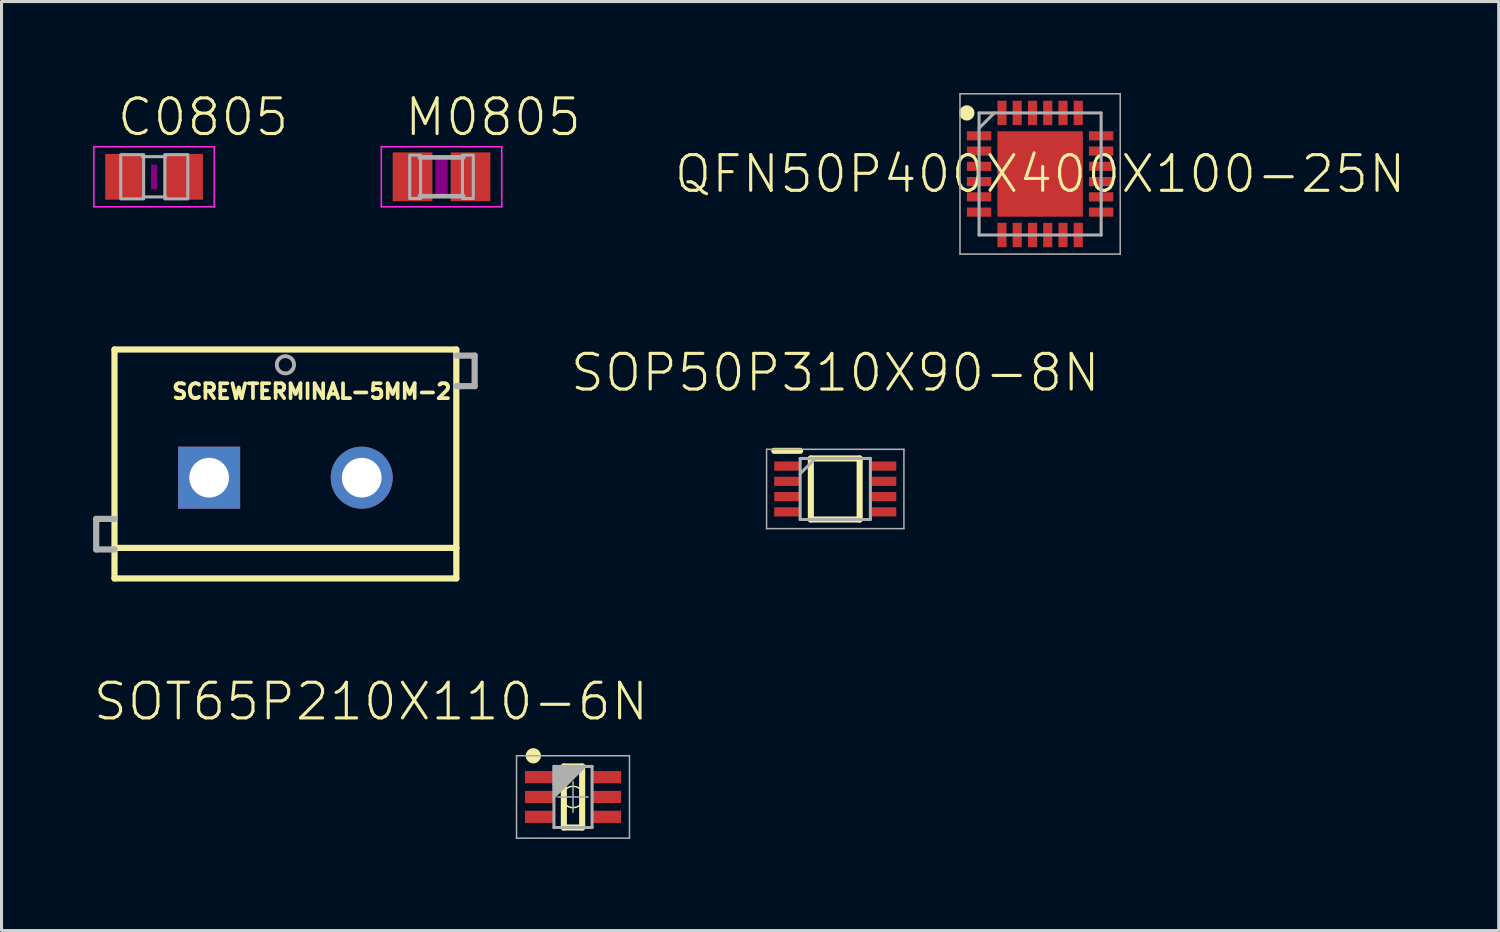
<source format=kicad_pcb>
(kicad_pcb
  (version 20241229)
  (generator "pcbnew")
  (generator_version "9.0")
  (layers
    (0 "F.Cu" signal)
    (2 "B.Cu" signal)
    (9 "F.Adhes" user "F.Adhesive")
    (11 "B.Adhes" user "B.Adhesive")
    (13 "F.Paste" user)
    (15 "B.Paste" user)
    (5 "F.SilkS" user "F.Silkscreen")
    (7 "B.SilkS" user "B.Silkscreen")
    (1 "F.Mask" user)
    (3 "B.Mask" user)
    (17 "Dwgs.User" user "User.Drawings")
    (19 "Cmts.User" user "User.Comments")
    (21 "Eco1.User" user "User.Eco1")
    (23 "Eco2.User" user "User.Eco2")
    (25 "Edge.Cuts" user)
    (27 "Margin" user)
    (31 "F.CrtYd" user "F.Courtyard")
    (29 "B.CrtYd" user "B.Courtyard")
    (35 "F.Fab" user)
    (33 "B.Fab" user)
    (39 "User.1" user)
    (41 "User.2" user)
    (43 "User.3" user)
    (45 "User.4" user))
  (footprint "C0805"
    (layer "F.Cu")
    (at 1.998 2.743)
    (property "Reference" "C0805" (at -1.27 -1.27 0) (layer "F.SilkS") (effects (font (size 1.168 1.168) (thickness 0.102)) (justify left bottom)))
    (fp_poly (pts (xy -0.1 0.4) (xy 0.1 0.4) (xy 0.1 -0.4) (xy -0.1 -0.4)) (stroke (width 0) (type solid)) (fill yes) (layer "F.Adhes"))
    (fp_line (start -1.973 -0.983) (end 1.973 -0.983) (stroke (width 0.051) (type solid)) (layer "F.CrtYd"))
    (fp_line (start -1.973 0.983) (end -1.973 -0.983) (stroke (width 0.051) (type solid)) (layer "F.CrtYd"))
    (fp_line (start 1.973 -0.983) (end 1.973 0.983) (stroke (width 0.051) (type solid)) (layer "F.CrtYd"))
    (fp_line (start 1.973 0.983) (end -1.973 0.983) (stroke (width 0.051) (type solid)) (layer "F.CrtYd"))
    (fp_line (start -0.381 -0.66) (end 0.381 -0.66) (stroke (width 0.102) (type solid)) (layer "F.Fab"))
    (fp_line (start -0.356 0.66) (end 0.381 0.66) (stroke (width 0.102) (type solid)) (layer "F.Fab"))
    (fp_poly (pts (xy -1.092 0.724) (xy -0.342 0.724) (xy -0.342 -0.726) (xy -1.092 -0.726)) (stroke (width 0.1) (type solid)) (fill no) (layer "F.Fab"))
    (fp_poly (pts (xy 0.356 0.724) (xy 1.106 0.724) (xy 1.106 -0.726) (xy 0.356 -0.726)) (stroke (width 0.1) (type solid)) (fill no) (layer "F.Fab"))
    (pad "1" smd rect (at -0.95 0) (size 1.3 1.5) (layers "F.Cu" "F.Mask" "F.Paste"))
    (pad "2" smd rect (at 0.95 0) (size 1.3 1.5) (layers "F.Cu" "F.Mask" "F.Paste")))
  (footprint "SCREWTERMINAL-5MM-2"
    (layer "F.Cu")
    (at 3.802 12.602)
    (property "Reference" "SCREWTERMINAL-5MM-2" (at -1.27 -2.54 0) (layer "F.SilkS") (effects (font (size 0.488 0.488) (thickness 0.122)) (justify left bottom)))
    (fp_line (start -3.1 -4.2) (end 8.1 -4.2) (stroke (width 0.203) (type solid)) (layer "F.SilkS"))
    (fp_line (start -3.1 2.3) (end -3.1 -4.2) (stroke (width 0.203) (type solid)) (layer "F.SilkS"))
    (fp_line (start -3.1 3.3) (end -3.1 2.3) (stroke (width 0.203) (type solid)) (layer "F.SilkS"))
    (fp_line (start 8.1 -4.2) (end 8.1 2.3) (stroke (width 0.203) (type solid)) (layer "F.SilkS"))
    (fp_line (start 8.1 2.3) (end -3.1 2.3) (stroke (width 0.203) (type solid)) (layer "F.SilkS"))
    (fp_line (start 8.1 2.3) (end 8.1 3.3) (stroke (width 0.203) (type solid)) (layer "F.SilkS"))
    (fp_line (start 8.1 3.3) (end -3.1 3.3) (stroke (width 0.203) (type solid)) (layer "F.SilkS"))
    (fp_line (start -3.7 1.35) (end -3.7 2.35) (stroke (width 0.203) (type solid)) (layer "F.Fab"))
    (fp_line (start -3.7 2.35) (end -3.1 2.35) (stroke (width 0.203) (type solid)) (layer "F.Fab"))
    (fp_line (start -3.1 1.35) (end -3.7 1.35) (stroke (width 0.203) (type solid)) (layer "F.Fab"))
    (fp_line (start 8.1 -4) (end 8.7 -4) (stroke (width 0.203) (type solid)) (layer "F.Fab"))
    (fp_line (start 8.7 -4) (end 8.7 -3) (stroke (width 0.203) (type solid)) (layer "F.Fab"))
    (fp_line (start 8.7 -3) (end 8.1 -3) (stroke (width 0.203) (type solid)) (layer "F.Fab"))
    (fp_circle (center 2.5 -3.7) (end 2.783 -3.7) (stroke (width 0.127) (type solid)) (fill no) (layer "F.Fab"))
    (pad "1" thru_hole rect (at 0 0) (size 2.032 2.032) (drill 1.3) (layers "*.Cu" "*.Mask"))
    (pad "2" thru_hole circle (at 5 0) (size 2.032 2.032) (drill 1.3) (layers "*.Cu" "*.Mask")))
  (footprint "SOP50P310X90-8N"
    (layer "F.Cu")
    (at 24.318 12.972)
    (property "Reference" "SOP50P310X90-8N" (at 0 -3.81 0) (layer "F.SilkS") (effects (font (size 1.168 1.168) (thickness 0.102))))
    (fp_line (start -2 -1.25) (end -1.15 -1.25) (stroke (width 0.2) (type solid)) (layer "F.SilkS"))
    (fp_line (start -0.8 -1) (end 0.8 -1) (stroke (width 0.2) (type solid)) (layer "F.SilkS"))
    (fp_line (start -0.8 1) (end -0.8 -1) (stroke (width 0.2) (type solid)) (layer "F.SilkS"))
    (fp_line (start 0.8 -1) (end 0.8 1) (stroke (width 0.2) (type solid)) (layer "F.SilkS"))
    (fp_line (start 0.8 1) (end -0.8 1) (stroke (width 0.2) (type solid)) (layer "F.SilkS"))
    (fp_line (start -2.25 -1.3) (end 2.25 -1.3) (stroke (width 0.05) (type solid)) (layer "F.Fab"))
    (fp_line (start -2.25 1.3) (end -2.25 -1.3) (stroke (width 0.05) (type solid)) (layer "F.Fab"))
    (fp_line (start -1.15 -1) (end 1.15 -1) (stroke (width 0.1) (type solid)) (layer "F.Fab"))
    (fp_line (start -1.15 -0.5) (end -0.65 -1) (stroke (width 0.1) (type solid)) (layer "F.Fab"))
    (fp_line (start -1.15 1) (end -1.15 -1) (stroke (width 0.1) (type solid)) (layer "F.Fab"))
    (fp_line (start 1.15 -1) (end 1.15 1) (stroke (width 0.1) (type solid)) (layer "F.Fab"))
    (fp_line (start 1.15 1) (end -1.15 1) (stroke (width 0.1) (type solid)) (layer "F.Fab"))
    (fp_line (start 2.25 -1.3) (end 2.25 1.3) (stroke (width 0.05) (type solid)) (layer "F.Fab"))
    (fp_line (start 2.25 1.3) (end -2.25 1.3) (stroke (width 0.05) (type solid)) (layer "F.Fab"))
    (pad "1" smd rect (at -1.575 -0.75) (size 0.85 0.3) (layers "F.Cu" "F.Mask" "F.Paste"))
    (pad "2" smd rect (at -1.575 -0.25) (size 0.85 0.3) (layers "F.Cu" "F.Mask" "F.Paste"))
    (pad "3" smd rect (at -1.575 0.25) (size 0.85 0.3) (layers "F.Cu" "F.Mask" "F.Paste"))
    (pad "4" smd rect (at -1.575 0.75) (size 0.85 0.3) (layers "F.Cu" "F.Mask" "F.Paste"))
    (pad "5" smd rect (at 1.575 0.75) (size 0.85 0.3) (layers "F.Cu" "F.Mask" "F.Paste"))
    (pad "6" smd rect (at 1.575 0.25) (size 0.85 0.3) (layers "F.Cu" "F.Mask" "F.Paste"))
    (pad "7" smd rect (at 1.575 -0.25) (size 0.85 0.3) (layers "F.Cu" "F.Mask" "F.Paste"))
    (pad "8" smd rect (at 1.575 -0.75) (size 0.85 0.3) (layers "F.Cu" "F.Mask" "F.Paste")))
  (footprint "M0805"
    (layer "F.Cu")
    (at 11.417 2.743)
    (property "Reference" "M0805" (at -1.27 -1.27 0) (layer "F.SilkS") (effects (font (size 1.168 1.168) (thickness 0.102)) (justify left bottom)))
    (fp_poly (pts (xy -0.2 0.6) (xy 0.2 0.6) (xy 0.2 -0.6) (xy -0.2 -0.6)) (stroke (width 0) (type solid)) (fill yes) (layer "F.Adhes"))
    (fp_line (start -1.973 -0.983) (end 1.973 -0.983) (stroke (width 0.051) (type solid)) (layer "F.CrtYd"))
    (fp_line (start -1.973 0.983) (end -1.973 -0.983) (stroke (width 0.051) (type solid)) (layer "F.CrtYd"))
    (fp_line (start 1.973 -0.983) (end 1.973 0.983) (stroke (width 0.051) (type solid)) (layer "F.CrtYd"))
    (fp_line (start 1.973 0.983) (end -1.973 0.983) (stroke (width 0.051) (type solid)) (layer "F.CrtYd"))
    (fp_line (start 0.711 -0.635) (end -0.711 -0.635) (stroke (width 0.152) (type solid)) (layer "F.Fab"))
    (fp_line (start 0.711 0.635) (end -0.711 0.635) (stroke (width 0.152) (type solid)) (layer "F.Fab"))
    (fp_poly (pts (xy -1.041 0.711) (xy -0.686 0.711) (xy -0.686 -0.711) (xy -1.041 -0.711)) (stroke (width 0.1) (type solid)) (fill no) (layer "F.Fab"))
    (fp_poly (pts (xy 0.686 0.711) (xy 1.041 0.711) (xy 1.041 -0.711) (xy 0.686 -0.711)) (stroke (width 0.1) (type solid)) (fill no) (layer "F.Fab"))
    (pad "1" smd rect (at -0.95 0) (size 1.3 1.6) (layers "F.Cu" "F.Mask" "F.Paste"))
    (pad "2" smd rect (at 0.95 0) (size 1.3 1.6) (layers "F.Cu" "F.Mask" "F.Paste")))
  (footprint "SOT65P210X110-6N"
    (layer "F.Cu")
    (at 15.725 23.064)
    (property "Reference" "SOT65P210X110-6N" (at 2.54 -3.81 0) (layer "F.SilkS") (effects (font (size 1.168 1.168) (thickness 0.102)) (justify right top)))
    (fp_line (start -0.3 -1) (end -0.3 1) (stroke (width 0.2) (type solid)) (layer "F.SilkS"))
    (fp_line (start -0.3 1) (end 0.3 1) (stroke (width 0.2) (type solid)) (layer "F.SilkS"))
    (fp_line (start 0.3 -1) (end -0.3 -1) (stroke (width 0.2) (type solid)) (layer "F.SilkS"))
    (fp_line (start 0.3 1) (end 0.3 -1) (stroke (width 0.2) (type solid)) (layer "F.SilkS"))
    (fp_circle (center -1.3 -1.35) (end -1.175 -1.35) (stroke (width 0.25) (type solid)) (fill no) (layer "F.SilkS"))
    (fp_circle (center 0 0) (end 0.35 0) (stroke (width 0.05) (type solid)) (fill no) (layer "F.SilkS"))
    (fp_line (start -1.85 -1.35) (end -1.85 1.35) (stroke (width 0.05) (type solid)) (layer "F.Fab"))
    (fp_line (start -1.85 1.35) (end 1.85 1.35) (stroke (width 0.05) (type solid)) (layer "F.Fab"))
    (fp_line (start -0.7 -1.075) (end -0.7 1.075) (stroke (width 0.001) (type solid)) (layer "F.Fab"))
    (fp_line (start -0.7 1.075) (end 0.7 1.075) (stroke (width 0.001) (type solid)) (layer "F.Fab"))
    (fp_line (start -0.625 -1) (end -0.625 1) (stroke (width 0.1) (type solid)) (layer "F.Fab"))
    (fp_line (start -0.625 1) (end 0.625 1) (stroke (width 0.1) (type solid)) (layer "F.Fab"))
    (fp_line (start -0.525 -1) (end -0.625 -0.9) (stroke (width 0.1) (type solid)) (layer "F.Fab"))
    (fp_line (start -0.5 0) (end 0.5 0) (stroke (width 0.05) (type solid)) (layer "F.Fab"))
    (fp_line (start -0.425 -1) (end -0.625 -0.8) (stroke (width 0.1) (type solid)) (layer "F.Fab"))
    (fp_line (start -0.325 -1) (end -0.625 -0.7) (stroke (width 0.1) (type solid)) (layer "F.Fab"))
    (fp_line (start -0.225 -1) (end -0.625 -0.6) (stroke (width 0.1) (type solid)) (layer "F.Fab"))
    (fp_line (start -0.125 -1) (end -0.625 -0.5) (stroke (width 0.1) (type solid)) (layer "F.Fab"))
    (fp_line (start -0.025 -1) (end -0.625 -0.4) (stroke (width 0.1) (type solid)) (layer "F.Fab"))
    (fp_line (start 0 0.5) (end 0 -0.5) (stroke (width 0.05) (type solid)) (layer "F.Fab"))
    (fp_line (start 0.075 -1) (end -0.625 -0.3) (stroke (width 0.1) (type solid)) (layer "F.Fab"))
    (fp_line (start 0.175 -1) (end -0.625 -0.2) (stroke (width 0.1) (type solid)) (layer "F.Fab"))
    (fp_line (start 0.275 -1) (end -0.625 -0.1) (stroke (width 0.1) (type solid)) (layer "F.Fab"))
    (fp_line (start 0.375 -1) (end -0.625 0) (stroke (width 0.1) (type solid)) (layer "F.Fab"))
    (fp_line (start 0.625 -1) (end -0.625 -1) (stroke (width 0.1) (type solid)) (layer "F.Fab"))
    (fp_line (start 0.625 1) (end 0.625 -1) (stroke (width 0.1) (type solid)) (layer "F.Fab"))
    (fp_line (start 0.7 -1.075) (end -0.7 -1.075) (stroke (width 0.001) (type solid)) (layer "F.Fab"))
    (fp_line (start 0.7 1.075) (end 0.7 -1.075) (stroke (width 0.001) (type solid)) (layer "F.Fab"))
    (fp_line (start 1.85 -1.35) (end -1.85 -1.35) (stroke (width 0.05) (type solid)) (layer "F.Fab"))
    (fp_line (start 1.85 1.35) (end 1.85 -1.35) (stroke (width 0.05) (type solid)) (layer "F.Fab"))
    (pad "1" smd rect (at -1.1 -0.65) (size 0.95 0.4) (layers "F.Cu" "F.Mask" "F.Paste"))
    (pad "2" smd rect (at -1.1 0) (size 0.95 0.4) (layers "F.Cu" "F.Mask" "F.Paste"))
    (pad "3" smd rect (at -1.1 0.65) (size 0.95 0.4) (layers "F.Cu" "F.Mask" "F.Paste"))
    (pad "4" smd rect (at 1.1 0.65) (size 0.95 0.4) (layers "F.Cu" "F.Mask" "F.Paste"))
    (pad "5" smd rect (at 1.1 0) (size 0.95 0.4) (layers "F.Cu" "F.Mask" "F.Paste"))
    (pad "6" smd rect (at 1.1 -0.65) (size 0.95 0.4) (layers "F.Cu" "F.Mask" "F.Paste")))
  (footprint "QFN50P400X400X100-25N"
    (layer "F.Cu")
    (at 31.03 2.65)
    (property "Reference" "QFN50P400X400X100-25N" (at 0 0 0) (layer "F.SilkS") (effects (font (size 1.168 1.168) (thickness 0.102))))
    (fp_circle (center -2.4 -2) (end -2.275 -2) (stroke (width 0.25) (type solid)) (fill no) (layer "F.SilkS"))
    (fp_line (start -2.625 -2.625) (end 2.625 -2.625) (stroke (width 0.05) (type solid)) (layer "F.Fab"))
    (fp_line (start -2.625 2.625) (end -2.625 -2.625) (stroke (width 0.05) (type solid)) (layer "F.Fab"))
    (fp_line (start -2 -2) (end 2 -2) (stroke (width 0.1) (type solid)) (layer "F.Fab"))
    (fp_line (start -2 -1.5) (end -1.5 -2) (stroke (width 0.1) (type solid)) (layer "F.Fab"))
    (fp_line (start -2 2) (end -2 -2) (stroke (width 0.1) (type solid)) (layer "F.Fab"))
    (fp_line (start 2 -2) (end 2 2) (stroke (width 0.1) (type solid)) (layer "F.Fab"))
    (fp_line (start 2 2) (end -2 2) (stroke (width 0.1) (type solid)) (layer "F.Fab"))
    (fp_line (start 2.625 -2.625) (end 2.625 2.625) (stroke (width 0.05) (type solid)) (layer "F.Fab"))
    (fp_line (start 2.625 2.625) (end -2.625 2.625) (stroke (width 0.05) (type solid)) (layer "F.Fab"))
    (pad "1" smd rect (at -2 -1.25) (size 0.8 0.3) (layers "F.Cu" "F.Mask" "F.Paste"))
    (pad "2" smd rect (at -2 -0.75) (size 0.8 0.3) (layers "F.Cu" "F.Mask" "F.Paste"))
    (pad "3" smd rect (at -2 -0.25) (size 0.8 0.3) (layers "F.Cu" "F.Mask" "F.Paste"))
    (pad "4" smd rect (at -2 0.25) (size 0.8 0.3) (layers "F.Cu" "F.Mask" "F.Paste"))
    (pad "5" smd rect (at -2 0.75) (size 0.8 0.3) (layers "F.Cu" "F.Mask" "F.Paste"))
    (pad "6" smd rect (at -2 1.25) (size 0.8 0.3) (layers "F.Cu" "F.Mask" "F.Paste"))
    (pad "7" smd rect (at -1.25 2 90) (size 0.8 0.3) (layers "F.Cu" "F.Mask" "F.Paste"))
    (pad "8" smd rect (at -0.75 2 90) (size 0.8 0.3) (layers "F.Cu" "F.Mask" "F.Paste"))
    (pad "9" smd rect (at -0.25 2 90) (size 0.8 0.3) (layers "F.Cu" "F.Mask" "F.Paste"))
    (pad "10" smd rect (at 0.25 2 90) (size 0.8 0.3) (layers "F.Cu" "F.Mask" "F.Paste"))
    (pad "11" smd rect (at 0.75 2 90) (size 0.8 0.3) (layers "F.Cu" "F.Mask" "F.Paste"))
    (pad "12" smd rect (at 1.25 2 90) (size 0.8 0.3) (layers "F.Cu" "F.Mask" "F.Paste"))
    (pad "13" smd rect (at 2 1.25) (size 0.8 0.3) (layers "F.Cu" "F.Mask" "F.Paste"))
    (pad "14" smd rect (at 2 0.75) (size 0.8 0.3) (layers "F.Cu" "F.Mask" "F.Paste"))
    (pad "15" smd rect (at 2 0.25) (size 0.8 0.3) (layers "F.Cu" "F.Mask" "F.Paste"))
    (pad "16" smd rect (at 2 -0.25) (size 0.8 0.3) (layers "F.Cu" "F.Mask" "F.Paste"))
    (pad "17" smd rect (at 2 -0.75) (size 0.8 0.3) (layers "F.Cu" "F.Mask" "F.Paste"))
    (pad "18" smd rect (at 2 -1.25) (size 0.8 0.3) (layers "F.Cu" "F.Mask" "F.Paste"))
    (pad "19" smd rect (at 1.25 -2 90) (size 0.8 0.3) (layers "F.Cu" "F.Mask" "F.Paste"))
    (pad "20" smd rect (at 0.75 -2 90) (size 0.8 0.3) (layers "F.Cu" "F.Mask" "F.Paste"))
    (pad "21" smd rect (at 0.25 -2 90) (size 0.8 0.3) (layers "F.Cu" "F.Mask" "F.Paste"))
    (pad "22" smd rect (at -0.25 -2 90) (size 0.8 0.3) (layers "F.Cu" "F.Mask" "F.Paste"))
    (pad "23" smd rect (at -0.75 -2 90) (size 0.8 0.3) (layers "F.Cu" "F.Mask" "F.Paste"))
    (pad "24" smd rect (at -1.25 -2 90) (size 0.8 0.3) (layers "F.Cu" "F.Mask" "F.Paste"))
    (pad "25" smd rect (at 0 0 90) (size 2.8 2.8) (layers "F.Cu" "F.Mask" "F.Paste")))
  (gr_rect
    (start -3 -3)
    (end 46.056 27.439)
    (stroke (width 0.1) (type default))
    (fill no)
    (layer "Edge.Cuts")))
</source>
